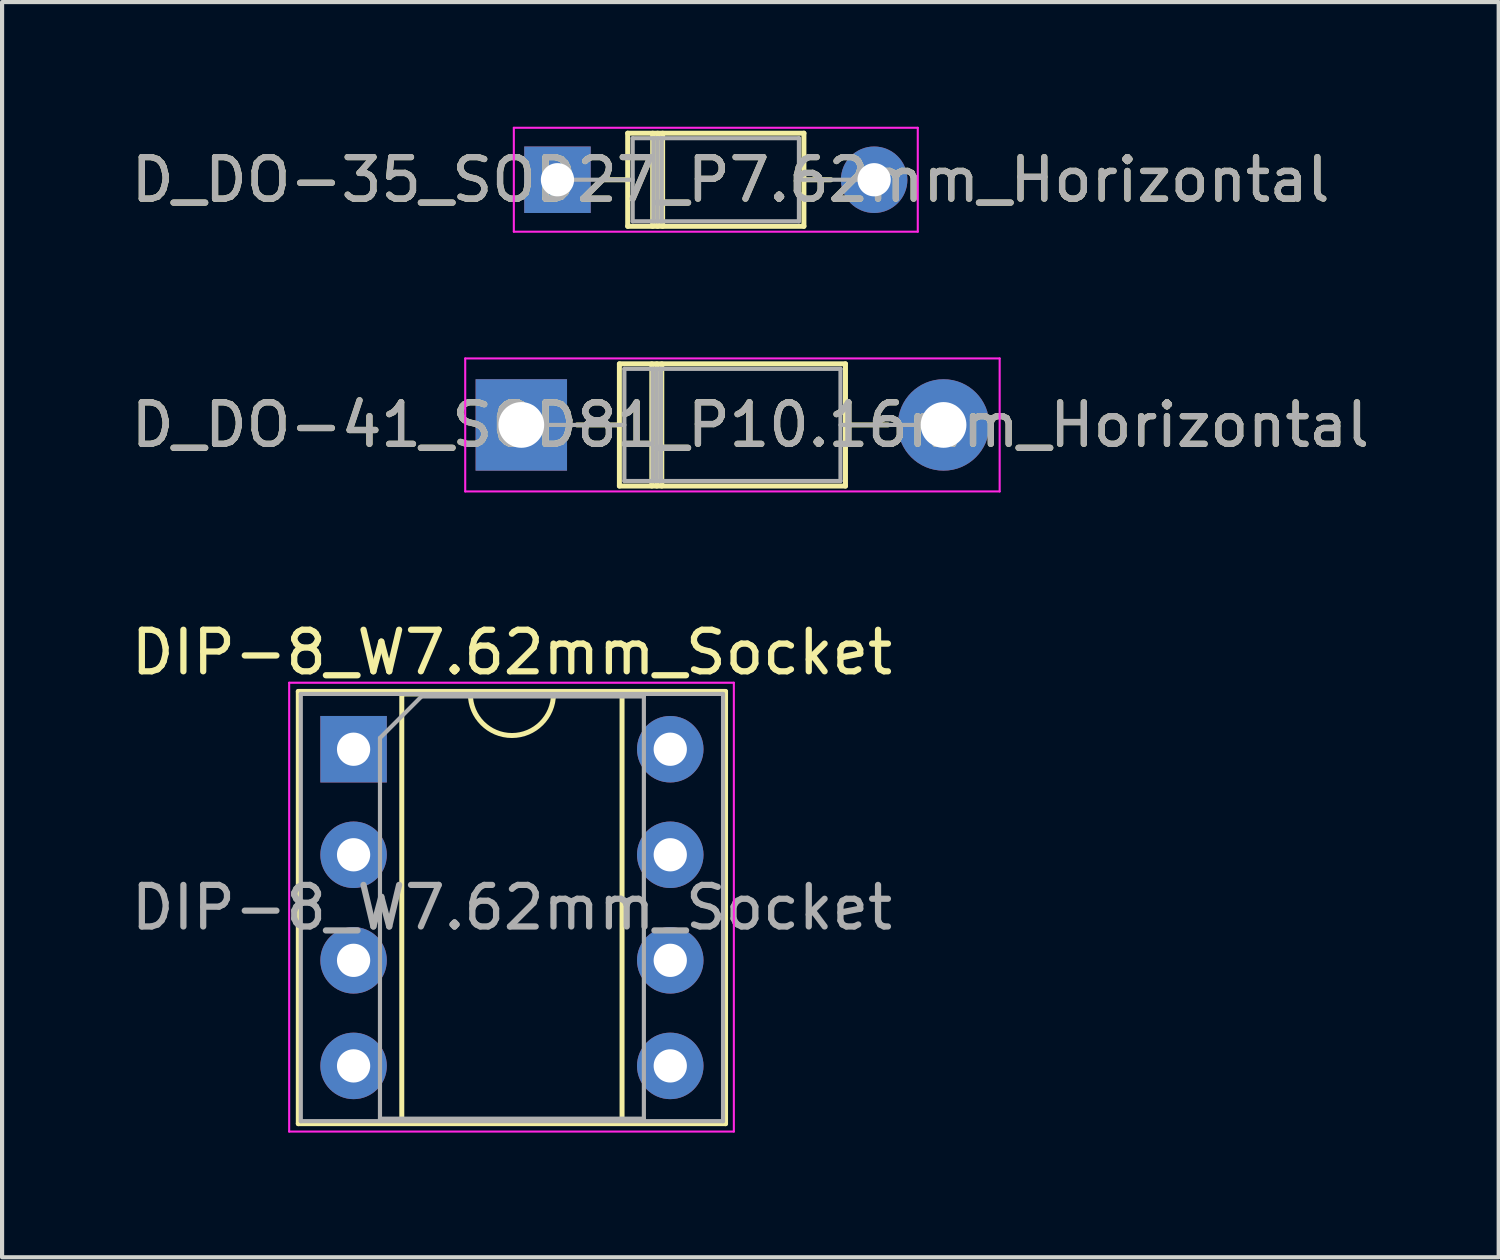
<source format=kicad_pcb>
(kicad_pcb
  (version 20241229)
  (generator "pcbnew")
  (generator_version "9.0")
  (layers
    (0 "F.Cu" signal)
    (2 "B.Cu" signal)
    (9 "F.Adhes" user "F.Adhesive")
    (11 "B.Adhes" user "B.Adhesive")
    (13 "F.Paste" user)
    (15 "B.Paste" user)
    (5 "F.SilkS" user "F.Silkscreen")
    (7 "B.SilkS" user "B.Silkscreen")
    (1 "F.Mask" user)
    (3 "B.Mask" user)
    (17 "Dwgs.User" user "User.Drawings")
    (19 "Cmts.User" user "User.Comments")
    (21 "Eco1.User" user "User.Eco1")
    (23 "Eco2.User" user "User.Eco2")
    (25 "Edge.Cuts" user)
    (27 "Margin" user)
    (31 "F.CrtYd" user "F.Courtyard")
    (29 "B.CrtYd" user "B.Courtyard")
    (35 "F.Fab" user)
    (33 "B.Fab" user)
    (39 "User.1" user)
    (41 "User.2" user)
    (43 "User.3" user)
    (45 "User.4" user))
  (footprint "D_DO-35_SOD27_P7.62mm_Horizontal"
    (layer "F.Cu")
    (at 10.364 1.275)
    (property "Reference" "D_DO-35_SOD27_P7.62mm_Horizontal" (at 4.166 0 0) (layer "F.SilkS") (effects (font (size 1 1) (thickness 0.15))))
    (attr through_hole)
    (fp_line (start 1.04 0) (end 1.69 0) (stroke (width 0.12) (type solid)) (layer "F.SilkS"))
    (fp_line (start 1.69 -1.12) (end 1.69 1.12) (stroke (width 0.12) (type solid)) (layer "F.SilkS"))
    (fp_line (start 1.69 1.12) (end 5.93 1.12) (stroke (width 0.12) (type solid)) (layer "F.SilkS"))
    (fp_line (start 2.29 -1.12) (end 2.29 1.12) (stroke (width 0.12) (type solid)) (layer "F.SilkS"))
    (fp_line (start 2.41 -1.12) (end 2.41 1.12) (stroke (width 0.12) (type solid)) (layer "F.SilkS"))
    (fp_line (start 2.53 -1.12) (end 2.53 1.12) (stroke (width 0.12) (type solid)) (layer "F.SilkS"))
    (fp_line (start 5.93 -1.12) (end 1.69 -1.12) (stroke (width 0.12) (type solid)) (layer "F.SilkS"))
    (fp_line (start 5.93 1.12) (end 5.93 -1.12) (stroke (width 0.12) (type solid)) (layer "F.SilkS"))
    (fp_line (start 6.58 0) (end 5.93 0) (stroke (width 0.12) (type solid)) (layer "F.SilkS"))
    (fp_line (start -1.05 -1.25) (end -1.05 1.25) (stroke (width 0.05) (type solid)) (layer "F.CrtYd"))
    (fp_line (start -1.05 1.25) (end 8.67 1.25) (stroke (width 0.05) (type solid)) (layer "F.CrtYd"))
    (fp_line (start 8.67 -1.25) (end -1.05 -1.25) (stroke (width 0.05) (type solid)) (layer "F.CrtYd"))
    (fp_line (start 8.67 1.25) (end 8.67 -1.25) (stroke (width 0.05) (type solid)) (layer "F.CrtYd"))
    (fp_line (start 0 0) (end 1.81 0) (stroke (width 0.1) (type solid)) (layer "F.Fab"))
    (fp_line (start 1.81 -1) (end 1.81 1) (stroke (width 0.1) (type solid)) (layer "F.Fab"))
    (fp_line (start 1.81 1) (end 5.81 1) (stroke (width 0.1) (type solid)) (layer "F.Fab"))
    (fp_line (start 2.31 -1) (end 2.31 1) (stroke (width 0.1) (type solid)) (layer "F.Fab"))
    (fp_line (start 2.41 -1) (end 2.41 1) (stroke (width 0.1) (type solid)) (layer "F.Fab"))
    (fp_line (start 2.51 -1) (end 2.51 1) (stroke (width 0.1) (type solid)) (layer "F.Fab"))
    (fp_line (start 5.81 -1) (end 1.81 -1) (stroke (width 0.1) (type solid)) (layer "F.Fab"))
    (fp_line (start 5.81 1) (end 5.81 -1) (stroke (width 0.1) (type solid)) (layer "F.Fab"))
    (fp_line (start 7.62 0) (end 5.81 0) (stroke (width 0.1) (type solid)) (layer "F.Fab"))
    (fp_text user "${REFERENCE}" (at 4.166 0 0) (layer "F.Fab") (effects (font (size 1 1) (thickness 0.15))))
    (pad "1" thru_hole rect (at 0 0) (size 1.6 1.6) (drill 0.8) (layers "*.Cu" "*.Mask"))
    (pad "2" thru_hole oval (at 7.62 0) (size 1.6 1.6) (drill 0.8) (layers "*.Cu" "*.Mask")))
  (footprint "DIP-8_W7.62mm_Socket"
    (layer "F.Cu")
    (at 5.458 14.978)
    (property "Reference" "DIP-8_W7.62mm_Socket" (at 3.81 -2.33 0) (layer "F.SilkS") (effects (font (size 1 1) (thickness 0.15))))
    (attr through_hole)
    (fp_line (start -1.33 -1.39) (end -1.33 9.01) (stroke (width 0.12) (type solid)) (layer "F.SilkS"))
    (fp_line (start -1.33 9.01) (end 8.95 9.01) (stroke (width 0.12) (type solid)) (layer "F.SilkS"))
    (fp_line (start 1.16 -1.33) (end 1.16 8.95) (stroke (width 0.12) (type solid)) (layer "F.SilkS"))
    (fp_line (start 1.16 8.95) (end 6.46 8.95) (stroke (width 0.12) (type solid)) (layer "F.SilkS"))
    (fp_line (start 2.81 -1.33) (end 1.16 -1.33) (stroke (width 0.12) (type solid)) (layer "F.SilkS"))
    (fp_line (start 6.46 -1.33) (end 4.81 -1.33) (stroke (width 0.12) (type solid)) (layer "F.SilkS"))
    (fp_line (start 6.46 8.95) (end 6.46 -1.33) (stroke (width 0.12) (type solid)) (layer "F.SilkS"))
    (fp_line (start 8.95 -1.39) (end -1.33 -1.39) (stroke (width 0.12) (type solid)) (layer "F.SilkS"))
    (fp_line (start 8.95 9.01) (end 8.95 -1.39) (stroke (width 0.12) (type solid)) (layer "F.SilkS"))
    (fp_arc (start 4.81 -1.33) (mid 3.81 -0.33) (end 2.81 -1.33) (stroke (width 0.12) (type solid)) (layer "F.SilkS"))
    (fp_line (start -1.55 -1.6) (end -1.55 9.2) (stroke (width 0.05) (type solid)) (layer "F.CrtYd"))
    (fp_line (start -1.55 9.2) (end 9.15 9.2) (stroke (width 0.05) (type solid)) (layer "F.CrtYd"))
    (fp_line (start 9.15 -1.6) (end -1.55 -1.6) (stroke (width 0.05) (type solid)) (layer "F.CrtYd"))
    (fp_line (start 9.15 9.2) (end 9.15 -1.6) (stroke (width 0.05) (type solid)) (layer "F.CrtYd"))
    (fp_line (start -1.27 -1.33) (end -1.27 8.95) (stroke (width 0.1) (type solid)) (layer "F.Fab"))
    (fp_line (start -1.27 8.95) (end 8.89 8.95) (stroke (width 0.1) (type solid)) (layer "F.Fab"))
    (fp_line (start 0.635 -0.27) (end 1.635 -1.27) (stroke (width 0.1) (type solid)) (layer "F.Fab"))
    (fp_line (start 0.635 8.89) (end 0.635 -0.27) (stroke (width 0.1) (type solid)) (layer "F.Fab"))
    (fp_line (start 1.635 -1.27) (end 6.985 -1.27) (stroke (width 0.1) (type solid)) (layer "F.Fab"))
    (fp_line (start 6.985 -1.27) (end 6.985 8.89) (stroke (width 0.1) (type solid)) (layer "F.Fab"))
    (fp_line (start 6.985 8.89) (end 0.635 8.89) (stroke (width 0.1) (type solid)) (layer "F.Fab"))
    (fp_line (start 8.89 -1.33) (end -1.27 -1.33) (stroke (width 0.1) (type solid)) (layer "F.Fab"))
    (fp_line (start 8.89 8.95) (end 8.89 -1.33) (stroke (width 0.1) (type solid)) (layer "F.Fab"))
    (fp_text user "${REFERENCE}" (at 3.81 3.81 0) (layer "F.Fab") (effects (font (size 1 1) (thickness 0.15))))
    (pad "1" thru_hole rect (at 0 0) (size 1.6 1.6) (drill 0.8) (layers "*.Cu" "*.Mask"))
    (pad "2" thru_hole oval (at 0 2.54) (size 1.6 1.6) (drill 0.8) (layers "*.Cu" "*.Mask"))
    (pad "3" thru_hole oval (at 0 5.08) (size 1.6 1.6) (drill 0.8) (layers "*.Cu" "*.Mask"))
    (pad "4" thru_hole oval (at 0 7.62) (size 1.6 1.6) (drill 0.8) (layers "*.Cu" "*.Mask"))
    (pad "5" thru_hole oval (at 7.62 7.62) (size 1.6 1.6) (drill 0.8) (layers "*.Cu" "*.Mask"))
    (pad "6" thru_hole oval (at 7.62 5.08) (size 1.6 1.6) (drill 0.8) (layers "*.Cu" "*.Mask"))
    (pad "7" thru_hole oval (at 7.62 2.54) (size 1.6 1.6) (drill 0.8) (layers "*.Cu" "*.Mask"))
    (pad "8" thru_hole oval (at 7.62 0) (size 1.6 1.6) (drill 0.8) (layers "*.Cu" "*.Mask")))
  (footprint "D_DO-41_SOD81_P10.16mm_Horizontal"
    (layer "F.Cu")
    (at 9.494 7.175)
    (property "Reference" "D_DO-41_SOD81_P10.16mm_Horizontal" (at 5.512 0 0) (layer "F.SilkS") (effects (font (size 1 1) (thickness 0.15))))
    (attr through_hole)
    (fp_line (start 1.34 0) (end 2.36 0) (stroke (width 0.12) (type solid)) (layer "F.SilkS"))
    (fp_line (start 2.36 -1.47) (end 2.36 1.47) (stroke (width 0.12) (type solid)) (layer "F.SilkS"))
    (fp_line (start 2.36 1.47) (end 7.8 1.47) (stroke (width 0.12) (type solid)) (layer "F.SilkS"))
    (fp_line (start 3.14 -1.47) (end 3.14 1.47) (stroke (width 0.12) (type solid)) (layer "F.SilkS"))
    (fp_line (start 3.26 -1.47) (end 3.26 1.47) (stroke (width 0.12) (type solid)) (layer "F.SilkS"))
    (fp_line (start 3.38 -1.47) (end 3.38 1.47) (stroke (width 0.12) (type solid)) (layer "F.SilkS"))
    (fp_line (start 7.8 -1.47) (end 2.36 -1.47) (stroke (width 0.12) (type solid)) (layer "F.SilkS"))
    (fp_line (start 7.8 1.47) (end 7.8 -1.47) (stroke (width 0.12) (type solid)) (layer "F.SilkS"))
    (fp_line (start 8.82 0) (end 7.8 0) (stroke (width 0.12) (type solid)) (layer "F.SilkS"))
    (fp_line (start -1.35 -1.6) (end -1.35 1.6) (stroke (width 0.05) (type solid)) (layer "F.CrtYd"))
    (fp_line (start -1.35 1.6) (end 11.51 1.6) (stroke (width 0.05) (type solid)) (layer "F.CrtYd"))
    (fp_line (start 11.51 -1.6) (end -1.35 -1.6) (stroke (width 0.05) (type solid)) (layer "F.CrtYd"))
    (fp_line (start 11.51 1.6) (end 11.51 -1.6) (stroke (width 0.05) (type solid)) (layer "F.CrtYd"))
    (fp_line (start 0 0) (end 2.48 0) (stroke (width 0.1) (type solid)) (layer "F.Fab"))
    (fp_line (start 2.48 -1.35) (end 2.48 1.35) (stroke (width 0.1) (type solid)) (layer "F.Fab"))
    (fp_line (start 2.48 1.35) (end 7.68 1.35) (stroke (width 0.1) (type solid)) (layer "F.Fab"))
    (fp_line (start 3.16 -1.35) (end 3.16 1.35) (stroke (width 0.1) (type solid)) (layer "F.Fab"))
    (fp_line (start 3.26 -1.35) (end 3.26 1.35) (stroke (width 0.1) (type solid)) (layer "F.Fab"))
    (fp_line (start 3.36 -1.35) (end 3.36 1.35) (stroke (width 0.1) (type solid)) (layer "F.Fab"))
    (fp_line (start 7.68 -1.35) (end 2.48 -1.35) (stroke (width 0.1) (type solid)) (layer "F.Fab"))
    (fp_line (start 7.68 1.35) (end 7.68 -1.35) (stroke (width 0.1) (type solid)) (layer "F.Fab"))
    (fp_line (start 10.16 0) (end 7.68 0) (stroke (width 0.1) (type solid)) (layer "F.Fab"))
    (fp_text user "${REFERENCE}" (at 5.512 0 0) (layer "F.Fab") (effects (font (size 1 1) (thickness 0.15))))
    (pad "1" thru_hole rect (at 0 0) (size 2.2 2.2) (drill 1.1) (layers "*.Cu" "*.Mask"))
    (pad "2" thru_hole oval (at 10.16 0) (size 2.2 2.2) (drill 1.1) (layers "*.Cu" "*.Mask")))
  (gr_rect
    (start -3 -3)
    (end 33.012 27.203)
    (stroke (width 0.1) (type default))
    (fill no)
    (layer "Edge.Cuts")))
</source>
